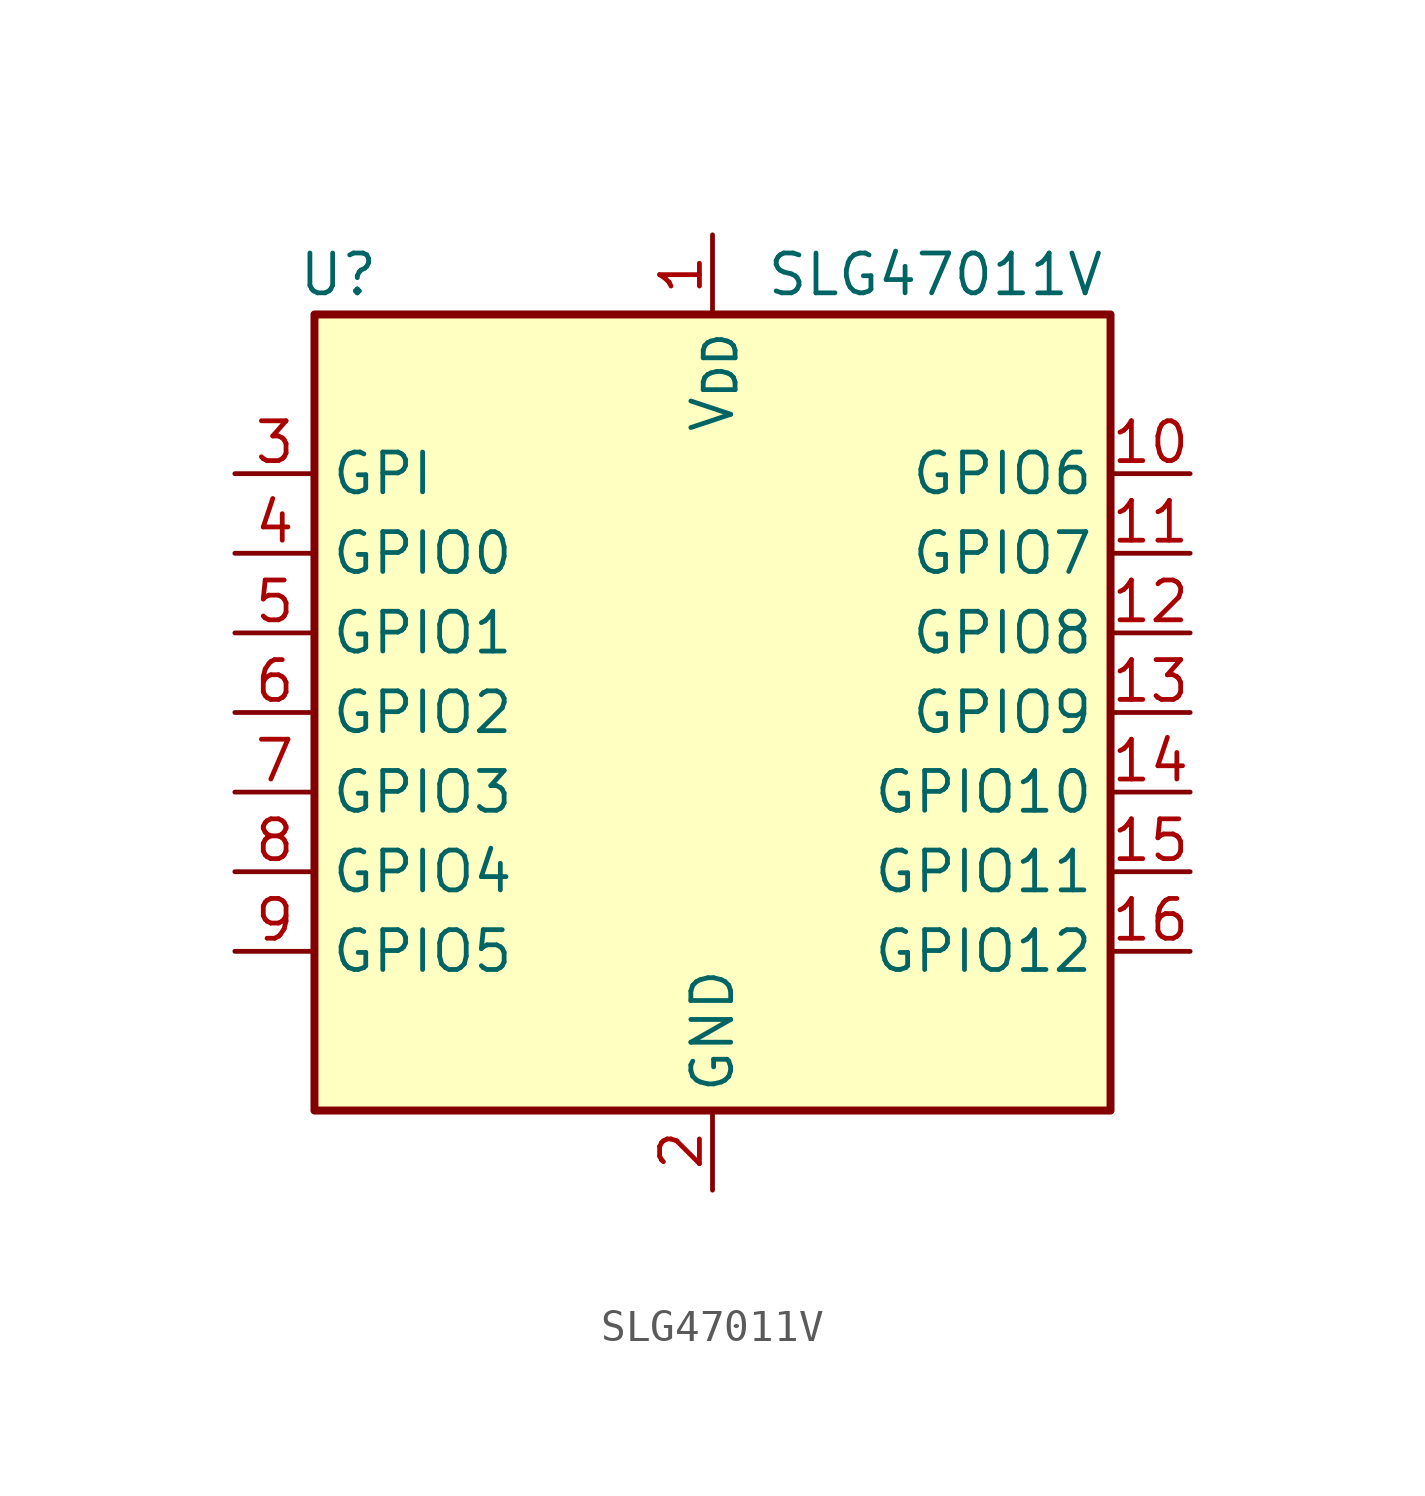
<source format=kicad_sym>
(kicad_symbol_lib
  (version 20241209)
  (generator "kicad_symbol_editor")
  (generator_version "9.0")
  (symbol "SLG47011V"
    (property "Reference" "U"
      (at -11.938 13.97 0)
      (effects (font (size 1.27 1.27))))
    (property "Value" "SLG47011V"
      (at 7.112 13.97 0)
      (effects (font (size 1.27 1.27))))
    (symbol "SLG47011V_1_1"
      (rectangle (start -12.7 12.7) (end 12.7 -12.7) (stroke (width 0.254) (type default)) (fill (type background)))
      (pin input line (at -15.24 7.62 0) (length 2.54) (name "GPI" (effects (font (size 1.27 1.27)))) (number "3" (effects (font (size 1.27 1.27)))) (alternate "SPI_~{CS}" input line))
      (pin bidirectional line (at -15.24 5.08 0) (length 2.54) (name "GPIO0" (effects (font (size 1.27 1.27)))) (number "4" (effects (font (size 1.27 1.27)))) (alternate "I2C_SDA" bidirectional line) (alternate "SPI_MOSI" input line))
      (pin bidirectional line (at -15.24 2.54 0) (length 2.54) (name "GPIO1" (effects (font (size 1.27 1.27)))) (number "5" (effects (font (size 1.27 1.27)))) (alternate "I2C_SCL" input line) (alternate "SPI_CLK" input line))
      (pin bidirectional line (at -15.24 0 0) (length 2.54) (name "GPIO2" (effects (font (size 1.27 1.27)))) (number "6" (effects (font (size 1.27 1.27)))) (alternate "SLA_0" input line) (alternate "SPI_MISO" output line))
      (pin bidirectional line (at -15.24 -2.54 0) (length 2.54) (name "GPIO3" (effects (font (size 1.27 1.27)))) (number "7" (effects (font (size 1.27 1.27)))) (alternate "EXT_OSC1" input line) (alternate "PGA_In0+" input line))
      (pin bidirectional line (at -15.24 -5.08 0) (length 2.54) (name "GPIO4" (effects (font (size 1.27 1.27)))) (number "8" (effects (font (size 1.27 1.27)))) (alternate "PGA_In1+" bidirectional line))
      (pin bidirectional line (at -15.24 -7.62 0) (length 2.54) (name "GPIO5" (effects (font (size 1.27 1.27)))) (number "9" (effects (font (size 1.27 1.27)))) (alternate "PGA_In2+" input line))
      (pin power_in line (at 0 15.24 270) (length 2.54) (name "V_{DD}" (effects (font (size 1.27 1.27)))) (number "1" (effects (font (size 1.27 1.27)))))
      (pin power_in line (at 0 -15.24 90) (length 2.54) (name "GND" (effects (font (size 1.27 1.27)))) (number "2" (effects (font (size 1.27 1.27)))))
      (pin bidirectional line (at 15.24 7.62 180) (length 2.54) (name "GPIO6" (effects (font (size 1.27 1.27)))) (number "10" (effects (font (size 1.27 1.27)))) (alternate "PGA_In3+" input line) (alternate "SLA_1" input line))
      (pin bidirectional line (at 15.24 5.08 180) (length 2.54) (name "GPIO7" (effects (font (size 1.27 1.27)))) (number "11" (effects (font (size 1.27 1.27)))) (alternate "ACMP_In+" input line) (alternate "CS_Out" output line) (alternate "PGA_In0-" input line) (alternate "SLA_2" input line))
      (pin bidirectional line (at 15.24 2.54 180) (length 2.54) (name "GPIO8" (effects (font (size 1.27 1.27)))) (number "12" (effects (font (size 1.27 1.27)))) (alternate "DAC_Out" output line) (alternate "PGA_In1-" input line) (alternate "SLA_3" output line))
      (pin bidirectional line (at 15.24 0 180) (length 2.54) (name "GPIO9" (effects (font (size 1.27 1.27)))) (number "13" (effects (font (size 1.27 1.27)))) (alternate "ACMP_In+" input line) (alternate "PGA_Out+" output line))
      (pin bidirectional line (at 15.24 -2.54 180) (length 2.54) (name "GPIO10" (effects (font (size 1.27 1.27)))) (number "14" (effects (font (size 1.27 1.27)))) (alternate "ACMP_In-" input line) (alternate "EXT_OSC0" input line) (alternate "PGA_Out-" output line))
      (pin bidirectional line (at 15.24 -5.08 180) (length 2.54) (name "GPIO11" (effects (font (size 1.27 1.27)))) (number "15" (effects (font (size 1.27 1.27)))) (alternate "V_{REF}" passive line))
      (pin bidirectional line (at 15.24 -7.62 180) (length 2.54) (name "GPIO12" (effects (font (size 1.27 1.27)))) (number "16" (effects (font (size 1.27 1.27))))))))
</source>
